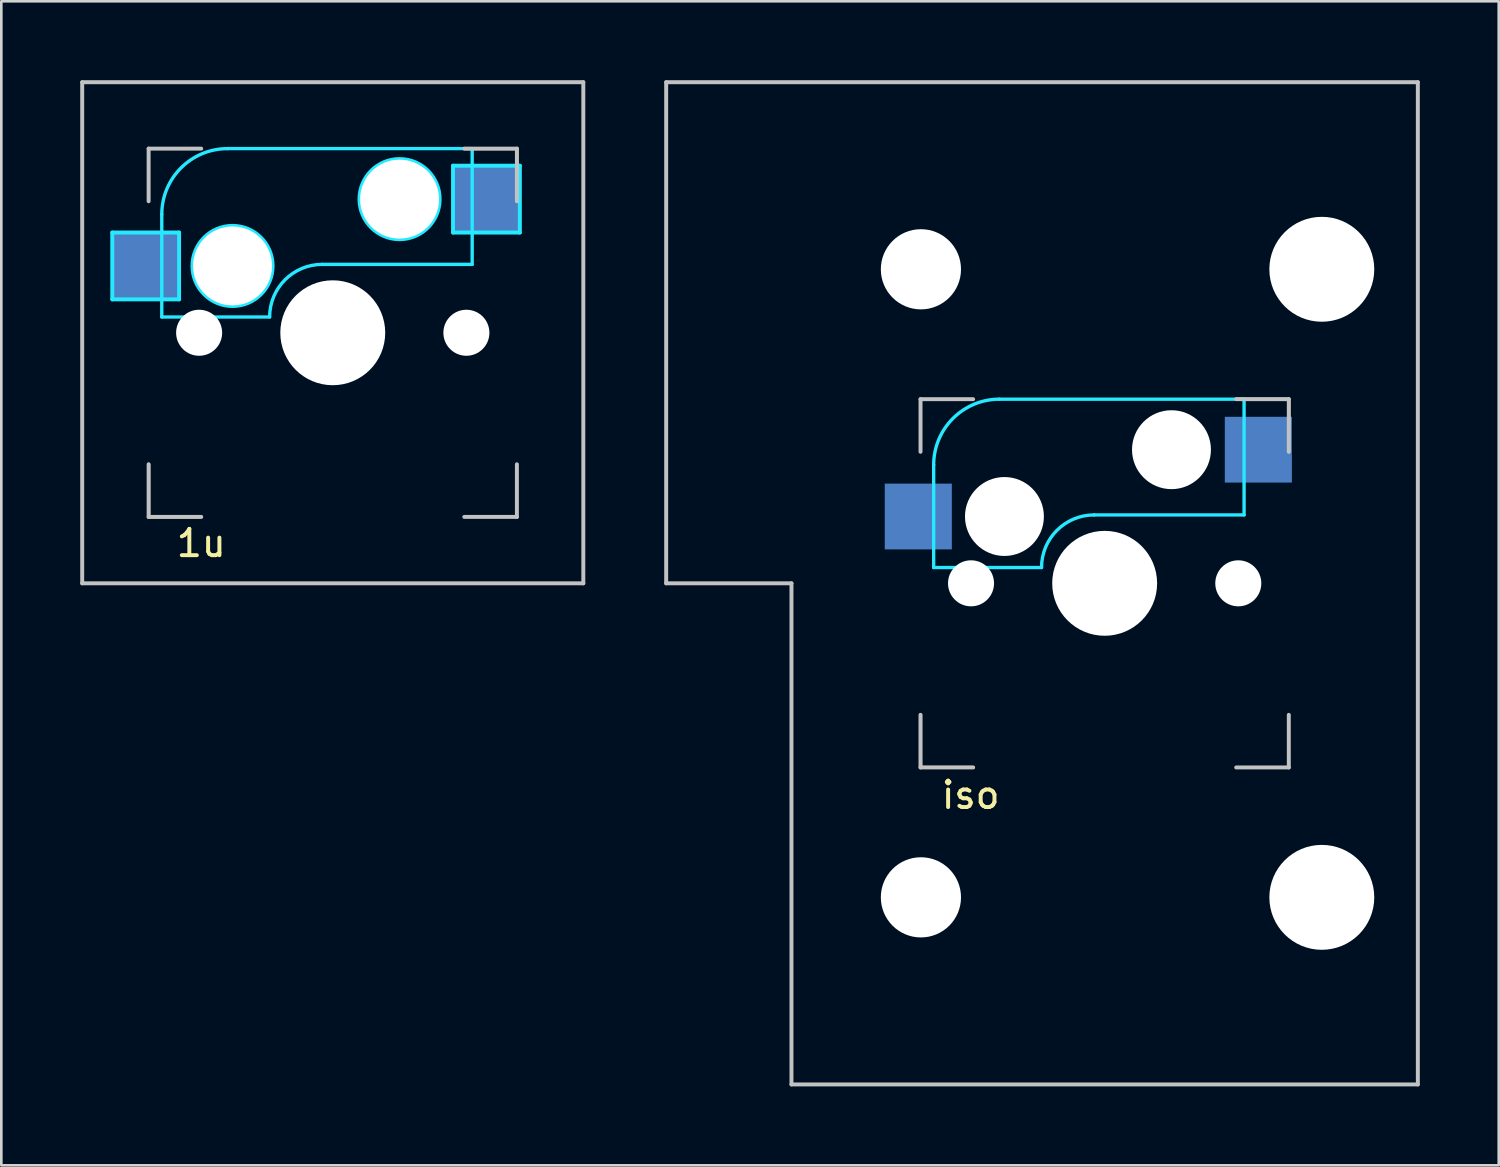
<source format=kicad_pcb>
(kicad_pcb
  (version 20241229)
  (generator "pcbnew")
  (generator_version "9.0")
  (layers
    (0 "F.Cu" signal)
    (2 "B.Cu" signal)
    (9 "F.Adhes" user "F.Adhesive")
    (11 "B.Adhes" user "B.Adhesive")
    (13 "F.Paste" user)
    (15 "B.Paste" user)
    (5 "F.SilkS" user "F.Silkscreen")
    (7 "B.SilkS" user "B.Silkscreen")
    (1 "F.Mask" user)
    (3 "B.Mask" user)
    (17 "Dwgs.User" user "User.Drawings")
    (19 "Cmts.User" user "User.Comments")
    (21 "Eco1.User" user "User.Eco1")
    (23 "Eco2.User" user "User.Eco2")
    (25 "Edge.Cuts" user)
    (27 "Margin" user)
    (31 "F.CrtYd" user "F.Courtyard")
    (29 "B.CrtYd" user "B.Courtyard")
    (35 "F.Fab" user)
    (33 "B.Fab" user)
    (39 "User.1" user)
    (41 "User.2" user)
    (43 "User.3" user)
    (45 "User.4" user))
  (footprint "iso"
    (layer "F.Cu")
    (at 38.944 19.125)
    (property "Reference" "iso" (at -5.094 8.05 0) (unlocked yes) (layer "F.SilkS") (effects (font (size 1 1) (thickness 0.15))))
    (attr through_hole)
    (fp_line (start -7 5) (end -7 7) (stroke (width 0.12) (type solid)) (layer "F.SilkS"))
    (fp_line (start -7 7) (end -5 7) (stroke (width 0.12) (type solid)) (layer "F.SilkS"))
    (fp_line (start 5 -7) (end 7 -7) (stroke (width 0.12) (type solid)) (layer "F.SilkS"))
    (fp_line (start 7 -7) (end 7 -5) (stroke (width 0.12) (type solid)) (layer "F.SilkS"))
    (fp_line (start -16.669 -19.05) (end -16.669 0) (stroke (width 0.15) (type solid)) (layer "Dwgs.User"))
    (fp_line (start -16.669 -19.05) (end 11.906 -19.05) (stroke (width 0.15) (type solid)) (layer "Dwgs.User"))
    (fp_line (start -11.906 0) (end -16.669 0) (stroke (width 0.15) (type solid)) (layer "Dwgs.User"))
    (fp_line (start -11.906 19.05) (end -11.906 0) (stroke (width 0.15) (type solid)) (layer "Dwgs.User"))
    (fp_line (start -11.906 19.05) (end 11.906 19.05) (stroke (width 0.15) (type solid)) (layer "Dwgs.User"))
    (fp_line (start -7 -7) (end -7 -5) (stroke (width 0.15) (type solid)) (layer "Dwgs.User"))
    (fp_line (start -7 5) (end -7 7) (stroke (width 0.15) (type solid)) (layer "Dwgs.User"))
    (fp_line (start -7 7) (end -5 7) (stroke (width 0.15) (type solid)) (layer "Dwgs.User"))
    (fp_line (start -5 -7) (end -7 -7) (stroke (width 0.15) (type solid)) (layer "Dwgs.User"))
    (fp_line (start 5 -7) (end 7 -7) (stroke (width 0.15) (type solid)) (layer "Dwgs.User"))
    (fp_line (start 5 7) (end 7 7) (stroke (width 0.15) (type solid)) (layer "Dwgs.User"))
    (fp_line (start 7 -7) (end 7 -5) (stroke (width 0.15) (type solid)) (layer "Dwgs.User"))
    (fp_line (start 7 7) (end 7 5) (stroke (width 0.15) (type solid)) (layer "Dwgs.User"))
    (fp_line (start 11.906 -19.05) (end 11.906 19.05) (stroke (width 0.15) (type solid)) (layer "Dwgs.User"))
    (fp_line (start -6.5 -4.5) (end -6.5 -0.6) (stroke (width 0.127) (type solid)) (layer "B.CrtYd"))
    (fp_line (start -6.5 -0.6) (end -2.4 -0.6) (stroke (width 0.127) (type solid)) (layer "B.CrtYd"))
    (fp_line (start -0.4 -2.6) (end 5.3 -2.6) (stroke (width 0.127) (type solid)) (layer "B.CrtYd"))
    (fp_line (start 5.3 -7) (end -4 -7) (stroke (width 0.127) (type solid)) (layer "B.CrtYd"))
    (fp_line (start 5.3 -7) (end 5.3 -2.6) (stroke (width 0.127) (type solid)) (layer "B.CrtYd"))
    (fp_arc (start -6.5 -4.5) (mid -5.767767 -6.267767) (end -4 -7) (stroke (width 0.127) (type solid)) (layer "B.CrtYd"))
    (fp_arc (start -2.4 -0.6) (mid -1.814214 -2.014214) (end -0.4 -2.6) (stroke (width 0.127) (type solid)) (layer "B.CrtYd"))
    (pad "" np_thru_hole circle (at -6.985 -11.938) (size 3.048 3.048) (drill 3.048) (layers "*.Cu" "*.Mask"))
    (pad "" np_thru_hole circle (at -6.985 11.938) (size 3.048 3.048) (drill 3.048) (layers "*.Cu" "*.Mask"))
    (pad "" np_thru_hole circle (at -5.08 0 48.1) (size 1.75 1.75) (drill 1.75) (layers "*.Cu" "*.Mask"))
    (pad "" np_thru_hole circle (at -3.81 -2.54) (size 3 3) (drill 3) (layers "*.Cu" "*.Mask"))
    (pad "" np_thru_hole circle (at 0 0) (size 3.988 3.988) (drill 3.988) (layers "*.Cu" "*.Mask"))
    (pad "" np_thru_hole circle (at 2.54 -5.08) (size 3 3) (drill 3) (layers "*.Cu" "*.Mask"))
    (pad "" np_thru_hole circle (at 5.08 0 48.1) (size 1.75 1.75) (drill 1.75) (layers "*.Cu" "*.Mask"))
    (pad "" np_thru_hole circle (at 8.255 -11.938) (size 3.988 3.988) (drill 3.988) (layers "*.Cu" "*.Mask"))
    (pad "" np_thru_hole circle (at 8.255 11.938) (size 3.988 3.988) (drill 3.988) (layers "*.Cu" "*.Mask"))
    (pad "1" smd rect (at -7.085 -2.54) (size 2.55 2.5) (layers "B.Cu" "B.Mask" "B.Paste"))
    (pad "2" smd rect (at 5.842 -5.08) (size 2.55 2.5) (layers "B.Cu" "B.Mask" "B.Paste")))
  (footprint "1u"
    (layer "F.Cu")
    (at 9.6 9.6)
    (property "Reference" "1u" (at -5 8 0) (unlocked yes) (layer "F.SilkS") (effects (font (size 1 1) (thickness 0.15))))
    (attr through_hole)
    (fp_line (start -7 5) (end -7 7) (stroke (width 0.12) (type solid)) (layer "F.SilkS"))
    (fp_line (start -7 7) (end -5 7) (stroke (width 0.12) (type solid)) (layer "F.SilkS"))
    (fp_line (start 5 -7) (end 7 -7) (stroke (width 0.12) (type solid)) (layer "F.SilkS"))
    (fp_line (start 7 -7) (end 7 -5) (stroke (width 0.12) (type solid)) (layer "F.SilkS"))
    (fp_line (start -9.525 -9.525) (end 9.525 -9.525) (stroke (width 0.15) (type solid)) (layer "Dwgs.User"))
    (fp_line (start -9.525 9.525) (end -9.525 -9.525) (stroke (width 0.15) (type solid)) (layer "Dwgs.User"))
    (fp_line (start -7 -7) (end -7 -5) (stroke (width 0.15) (type solid)) (layer "Dwgs.User"))
    (fp_line (start -7 5) (end -7 7) (stroke (width 0.15) (type solid)) (layer "Dwgs.User"))
    (fp_line (start -7 7) (end -5 7) (stroke (width 0.15) (type solid)) (layer "Dwgs.User"))
    (fp_line (start -5 -7) (end -7 -7) (stroke (width 0.15) (type solid)) (layer "Dwgs.User"))
    (fp_line (start 5 -7) (end 7 -7) (stroke (width 0.15) (type solid)) (layer "Dwgs.User"))
    (fp_line (start 5 7) (end 7 7) (stroke (width 0.15) (type solid)) (layer "Dwgs.User"))
    (fp_line (start 7 -7) (end 7 -5) (stroke (width 0.15) (type solid)) (layer "Dwgs.User"))
    (fp_line (start 7 7) (end 7 5) (stroke (width 0.15) (type solid)) (layer "Dwgs.User"))
    (fp_line (start 9.525 -9.525) (end 9.525 9.525) (stroke (width 0.15) (type solid)) (layer "Dwgs.User"))
    (fp_line (start 9.525 9.525) (end -9.525 9.525) (stroke (width 0.15) (type solid)) (layer "Dwgs.User"))
    (fp_line (start -8.382 -3.81) (end -8.382 -1.27) (stroke (width 0.15) (type solid)) (layer "B.CrtYd"))
    (fp_line (start -8.382 -1.27) (end -5.842 -1.27) (stroke (width 0.15) (type solid)) (layer "B.CrtYd"))
    (fp_line (start -6.5 -4.5) (end -6.5 -0.6) (stroke (width 0.127) (type solid)) (layer "B.CrtYd"))
    (fp_line (start -6.5 -0.6) (end -2.4 -0.6) (stroke (width 0.127) (type solid)) (layer "B.CrtYd"))
    (fp_line (start -5.842 -3.81) (end -8.382 -3.81) (stroke (width 0.15) (type solid)) (layer "B.CrtYd"))
    (fp_line (start -5.842 -1.27) (end -5.842 -3.81) (stroke (width 0.15) (type solid)) (layer "B.CrtYd"))
    (fp_line (start -0.4 -2.6) (end 5.3 -2.6) (stroke (width 0.127) (type solid)) (layer "B.CrtYd"))
    (fp_line (start 4.572 -6.35) (end 7.112 -6.35) (stroke (width 0.15) (type solid)) (layer "B.CrtYd"))
    (fp_line (start 4.572 -3.81) (end 4.572 -6.35) (stroke (width 0.15) (type solid)) (layer "B.CrtYd"))
    (fp_line (start 5.3 -7) (end -4 -7) (stroke (width 0.127) (type solid)) (layer "B.CrtYd"))
    (fp_line (start 5.3 -7) (end 5.3 -2.6) (stroke (width 0.127) (type solid)) (layer "B.CrtYd"))
    (fp_line (start 7.112 -6.35) (end 7.112 -3.81) (stroke (width 0.15) (type solid)) (layer "B.CrtYd"))
    (fp_line (start 7.112 -3.81) (end 4.572 -3.81) (stroke (width 0.15) (type solid)) (layer "B.CrtYd"))
    (fp_arc (start -6.5 -4.5) (mid -5.767767 -6.267767) (end -4 -7) (stroke (width 0.127) (type solid)) (layer "B.CrtYd"))
    (fp_arc (start -2.4 -0.6) (mid -1.814214 -2.014214) (end -0.4 -2.6) (stroke (width 0.127) (type solid)) (layer "B.CrtYd"))
    (fp_circle (center -3.81 -2.54) (end -3.81 -4.064) (stroke (width 0.15) (type solid)) (fill no) (layer "B.CrtYd"))
    (fp_circle (center 2.54 -5.08) (end 2.54 -6.604) (stroke (width 0.15) (type solid)) (fill no) (layer "B.CrtYd"))
    (pad "" np_thru_hole circle (at -5.08 0 48.1) (size 1.75 1.75) (drill 1.75) (layers "*.Cu" "*.Mask"))
    (pad "" np_thru_hole circle (at -3.81 -2.54) (size 3 3) (drill 3) (layers "*.Cu" "*.Mask"))
    (pad "" np_thru_hole circle (at 0 0) (size 3.988 3.988) (drill 3.988) (layers "*.Cu" "*.Mask"))
    (pad "" np_thru_hole circle (at 2.54 -5.08) (size 3 3) (drill 3) (layers "*.Cu" "*.Mask"))
    (pad "" np_thru_hole circle (at 5.08 0 48.1) (size 1.75 1.75) (drill 1.75) (layers "*.Cu" "*.Mask"))
    (pad "1" smd rect (at -7.085 -2.54) (size 2.55 2.5) (layers "B.Cu" "B.Mask" "B.Paste"))
    (pad "2" smd rect (at 5.842 -5.08) (size 2.55 2.5) (layers "B.Cu" "B.Mask" "B.Paste")))
  (gr_rect
    (start -3 -3)
    (end 53.925 41.25)
    (stroke (width 0.1) (type default))
    (fill no)
    (layer "Edge.Cuts")))
</source>
